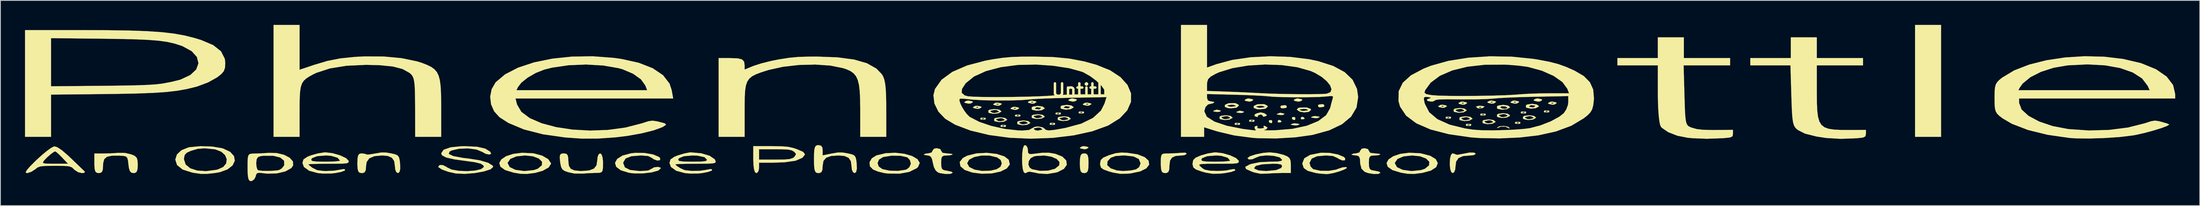
<source format=kicad_pcb>
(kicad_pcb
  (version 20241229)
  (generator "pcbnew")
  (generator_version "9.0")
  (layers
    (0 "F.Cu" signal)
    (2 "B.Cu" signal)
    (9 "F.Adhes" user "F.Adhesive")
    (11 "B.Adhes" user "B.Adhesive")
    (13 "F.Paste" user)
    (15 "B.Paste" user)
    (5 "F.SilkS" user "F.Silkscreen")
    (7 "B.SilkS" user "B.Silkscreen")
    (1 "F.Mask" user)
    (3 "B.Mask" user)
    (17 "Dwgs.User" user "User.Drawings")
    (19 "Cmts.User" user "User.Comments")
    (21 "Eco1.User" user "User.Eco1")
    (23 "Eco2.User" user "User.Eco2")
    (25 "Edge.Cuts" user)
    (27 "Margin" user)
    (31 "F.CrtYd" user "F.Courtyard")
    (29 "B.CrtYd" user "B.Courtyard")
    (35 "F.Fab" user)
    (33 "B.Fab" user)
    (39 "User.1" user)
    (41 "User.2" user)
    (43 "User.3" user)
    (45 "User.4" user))
  (footprint "Untitled"
    (layer "F.Cu")
    (at 129.827 8.006)
    (property "Reference" "Untitled" (at 0 0 0) (layer "F.SilkS") (effects (font (size 1.524 1.524) (thickness 0.3))))
    (attr through_hole)
    (fp_poly (pts (xy 104.069 5.715) (xy 100.894 5.715) (xy 100.894 -8.001) (xy 104.069 -8.001) (xy 104.069 5.715)) (stroke (width 0.01) (type solid)) (fill yes) (layer "F.SilkS"))
    (fp_poly (pts (xy 23.429 3.685) (xy 23.569 3.865) (xy 23.429 3.935) (xy 23.148 3.955) (xy 23.082 3.81) (xy 23.195 3.648) (xy 23.429 3.685)) (stroke (width 0.01) (type solid)) (fill yes) (layer "F.SilkS"))
    (fp_poly (pts (xy 26.252 3.304) (xy 26.391 3.484) (xy 26.252 3.554) (xy 25.97 3.574) (xy 25.904 3.429) (xy 26.018 3.267) (xy 26.252 3.304)) (stroke (width 0.01) (type solid)) (fill yes) (layer "F.SilkS"))
    (fp_poly (pts (xy 22.363 3.675) (xy 22.427 3.812) (xy 22.384 4.031) (xy 22.205 4.019) (xy 22.03 3.926) (xy 22.012 3.724) (xy 22.11 3.674) (xy 22.363 3.675)) (stroke (width 0.01) (type solid)) (fill yes) (layer "F.SilkS"))
    (fp_poly (pts (xy 25.186 3.294) (xy 25.249 3.431) (xy 25.206 3.65) (xy 25.027 3.638) (xy 24.852 3.545) (xy 24.834 3.343) (xy 24.932 3.293) (xy 25.186 3.294)) (stroke (width 0.01) (type solid)) (fill yes) (layer "F.SilkS"))
    (fp_poly (pts (xy -14.173 1.372) (xy -14.111 1.46) (xy -14.393 1.629) (xy -14.64 1.651) (xy -15.108 1.549) (xy -15.169 1.46) (xy -14.887 1.292) (xy -14.64 1.27) (xy -14.173 1.372)) (stroke (width 0.01) (type solid)) (fill yes) (layer "F.SilkS"))
    (fp_poly (pts (xy -1.473 1.118) (xy -1.411 1.206) (xy -1.693 1.375) (xy -1.94 1.397) (xy -2.408 1.295) (xy -2.469 1.206) (xy -2.187 1.038) (xy -1.94 1.016) (xy -1.473 1.118)) (stroke (width 0.01) (type solid)) (fill yes) (layer "F.SilkS"))
    (fp_poly (pts (xy -0.061 6.96) (xy 0 7.048) (xy -0.282 7.217) (xy -0.529 7.239) (xy -0.997 7.137) (xy -1.058 7.048) (xy -0.776 6.88) (xy -0.529 6.858) (xy -0.061 6.96)) (stroke (width 0.01) (type solid)) (fill yes) (layer "F.SilkS"))
    (fp_poly (pts (xy 16.112 2.493) (xy 16.16 2.53) (xy 15.99 2.646) (xy 15.699 2.667) (xy 15.26 2.603) (xy 15.237 2.53) (xy 15.601 2.399) (xy 15.699 2.394) (xy 16.112 2.493)) (stroke (width 0.01) (type solid)) (fill yes) (layer "F.SilkS"))
    (fp_poly (pts (xy 18.934 2.62) (xy 18.982 2.657) (xy 18.812 2.773) (xy 18.521 2.794) (xy 18.082 2.73) (xy 18.059 2.657) (xy 18.423 2.526) (xy 18.521 2.521) (xy 18.934 2.62)) (stroke (width 0.01) (type solid)) (fill yes) (layer "F.SilkS"))
    (fp_poly (pts (xy 20.047 1.118) (xy 20.108 1.206) (xy 19.826 1.375) (xy 19.579 1.397) (xy 19.111 1.295) (xy 19.05 1.206) (xy 19.332 1.038) (xy 19.579 1.016) (xy 20.047 1.118)) (stroke (width 0.01) (type solid)) (fill yes) (layer "F.SilkS"))
    (fp_poly (pts (xy 23.873 2.874) (xy 23.921 2.911) (xy 23.751 3.027) (xy 23.46 3.048) (xy 23.021 2.984) (xy 22.998 2.911) (xy 23.362 2.78) (xy 23.46 2.775) (xy 23.873 2.874)) (stroke (width 0.01) (type solid)) (fill yes) (layer "F.SilkS"))
    (fp_poly (pts (xy 24.165 1.905) (xy 24.191 2.116) (xy 24.069 2.181) (xy 23.636 2.227) (xy 23.46 2.159) (xy 23.434 1.948) (xy 23.556 1.883) (xy 23.989 1.837) (xy 24.165 1.905)) (stroke (width 0.01) (type solid)) (fill yes) (layer "F.SilkS"))
    (fp_poly (pts (xy 25.693 4.133) (xy 25.753 4.191) (xy 25.467 4.304) (xy 25.224 4.318) (xy 24.754 4.249) (xy 24.694 4.191) (xy 24.98 4.078) (xy 25.224 4.064) (xy 25.693 4.133)) (stroke (width 0.01) (type solid)) (fill yes) (layer "F.SilkS"))
    (fp_poly (pts (xy 26.044 1.118) (xy 26.106 1.206) (xy 25.823 1.375) (xy 25.576 1.397) (xy 25.109 1.295) (xy 25.047 1.206) (xy 25.33 1.038) (xy 25.576 1.016) (xy 26.044 1.118)) (stroke (width 0.01) (type solid)) (fill yes) (layer "F.SilkS"))
    (fp_poly (pts (xy 28.163 3.244) (xy 28.222 3.302) (xy 27.936 3.415) (xy 27.693 3.429) (xy 27.224 3.36) (xy 27.164 3.302) (xy 27.45 3.189) (xy 27.693 3.175) (xy 28.163 3.244)) (stroke (width 0.01) (type solid)) (fill yes) (layer "F.SilkS"))
    (fp_poly (pts (xy 28.751 1.778) (xy 28.777 1.989) (xy 28.655 2.054) (xy 28.222 2.1) (xy 28.046 2.032) (xy 28.02 1.821) (xy 28.143 1.756) (xy 28.575 1.71) (xy 28.751 1.778)) (stroke (width 0.01) (type solid)) (fill yes) (layer "F.SilkS"))
    (fp_poly (pts (xy 55.325 1.118) (xy 55.386 1.206) (xy 55.104 1.375) (xy 54.857 1.397) (xy 54.389 1.295) (xy 54.328 1.206) (xy 54.61 1.038) (xy 54.857 1.016) (xy 55.325 1.118)) (stroke (width 0.01) (type solid)) (fill yes) (layer "F.SilkS"))
    (fp_poly (pts (xy 51.235 4.484) (xy 51.377 4.606) (xy 51.377 4.732) (xy 51.267 4.638) (xy 50.866 4.471) (xy 50.317 4.471) (xy 49.998 4.604) (xy 49.891 4.653) (xy 49.889 4.572) (xy 50.177 4.415) (xy 50.734 4.388) (xy 51.235 4.484)) (stroke (width 0.01) (type solid)) (fill yes) (layer "F.SilkS"))
    (fp_poly (pts (xy -13.114 2.007) (xy -13.053 2.095) (xy -13.335 2.264) (xy -13.582 2.286) (xy -14.05 2.184) (xy -14.111 2.095) (xy -13.758 2.095) (xy -13.582 2.159) (xy -13.406 2.095) (xy -13.582 2.032) (xy -13.758 2.095) (xy -14.111 2.095) (xy -13.829 1.927) (xy -13.582 1.905) (xy -13.114 2.007)) (stroke (width 0.01) (type solid)) (fill yes) (layer "F.SilkS"))
    (fp_poly (pts (xy -10.645 1.626) (xy -10.583 1.714) (xy -10.866 1.883) (xy -11.113 1.905) (xy -11.58 1.803) (xy -11.642 1.714) (xy -11.289 1.714) (xy -11.113 1.778) (xy -10.936 1.714) (xy -11.113 1.651) (xy -11.289 1.714) (xy -11.642 1.714) (xy -11.359 1.546) (xy -11.113 1.524) (xy -10.645 1.626)) (stroke (width 0.01) (type solid)) (fill yes) (layer "F.SilkS"))
    (fp_poly (pts (xy -8.528 2.134) (xy -8.467 2.223) (xy -8.749 2.391) (xy -8.996 2.413) (xy -9.464 2.311) (xy -9.525 2.223) (xy -9.172 2.223) (xy -8.996 2.286) (xy -8.819 2.223) (xy -8.996 2.159) (xy -9.172 2.223) (xy -9.525 2.223) (xy -9.243 2.054) (xy -8.996 2.032) (xy -8.528 2.134)) (stroke (width 0.01) (type solid)) (fill yes) (layer "F.SilkS"))
    (fp_poly (pts (xy -6.411 1.372) (xy -6.35 1.46) (xy -6.632 1.629) (xy -6.879 1.651) (xy -7.347 1.549) (xy -7.408 1.46) (xy -7.056 1.46) (xy -6.879 1.524) (xy -6.703 1.46) (xy -6.879 1.397) (xy -7.056 1.46) (xy -7.408 1.46) (xy -7.126 1.292) (xy -6.879 1.27) (xy -6.411 1.372)) (stroke (width 0.01) (type solid)) (fill yes) (layer "F.SilkS"))
    (fp_poly (pts (xy 0.291 1.626) (xy 0.353 1.714) (xy 0.07 1.883) (xy -0.176 1.905) (xy -0.644 1.803) (xy -0.706 1.714) (xy -0.353 1.714) (xy -0.176 1.778) (xy 0 1.714) (xy -0.176 1.651) (xy -0.353 1.714) (xy -0.706 1.714) (xy -0.423 1.546) (xy -0.176 1.524) (xy 0.291 1.626)) (stroke (width 0.01) (type solid)) (fill yes) (layer "F.SilkS"))
    (fp_poly (pts (xy 43.683 1.88) (xy 43.744 1.968) (xy 43.462 2.137) (xy 43.215 2.159) (xy 42.748 2.057) (xy 42.686 1.968) (xy 43.039 1.968) (xy 43.215 2.032) (xy 43.392 1.968) (xy 43.215 1.905) (xy 43.039 1.968) (xy 42.686 1.968) (xy 42.968 1.8) (xy 43.215 1.778) (xy 43.683 1.88)) (stroke (width 0.01) (type solid)) (fill yes) (layer "F.SilkS"))
    (fp_poly (pts (xy 46.152 1.499) (xy 46.214 1.587) (xy 45.932 1.756) (xy 45.685 1.778) (xy 45.217 1.676) (xy 45.156 1.587) (xy 45.508 1.587) (xy 45.685 1.651) (xy 45.861 1.587) (xy 45.685 1.524) (xy 45.508 1.587) (xy 45.156 1.587) (xy 45.438 1.419) (xy 45.685 1.397) (xy 46.152 1.499)) (stroke (width 0.01) (type solid)) (fill yes) (layer "F.SilkS"))
    (fp_poly (pts (xy 49.68 1.372) (xy 49.742 1.46) (xy 49.459 1.629) (xy 49.212 1.651) (xy 48.745 1.549) (xy 48.683 1.46) (xy 49.036 1.46) (xy 49.212 1.524) (xy 49.389 1.46) (xy 49.212 1.397) (xy 49.036 1.46) (xy 48.683 1.46) (xy 48.966 1.292) (xy 49.212 1.27) (xy 49.68 1.372)) (stroke (width 0.01) (type solid)) (fill yes) (layer "F.SilkS"))
    (fp_poly (pts (xy 52.502 1.372) (xy 52.564 1.46) (xy 52.282 1.629) (xy 52.035 1.651) (xy 51.567 1.549) (xy 51.506 1.46) (xy 51.858 1.46) (xy 52.035 1.524) (xy 52.211 1.46) (xy 52.035 1.397) (xy 51.858 1.46) (xy 51.506 1.46) (xy 51.788 1.292) (xy 52.035 1.27) (xy 52.502 1.372)) (stroke (width 0.01) (type solid)) (fill yes) (layer "F.SilkS"))
    (fp_poly (pts (xy 57.089 1.499) (xy 57.15 1.587) (xy 56.868 1.756) (xy 56.621 1.778) (xy 56.153 1.676) (xy 56.092 1.587) (xy 56.444 1.587) (xy 56.621 1.651) (xy 56.797 1.587) (xy 56.621 1.524) (xy 56.444 1.587) (xy 56.092 1.587) (xy 56.374 1.419) (xy 56.621 1.397) (xy 57.089 1.499)) (stroke (width 0.01) (type solid)) (fill yes) (layer "F.SilkS"))
    (fp_poly (pts (xy -12.622 3.385) (xy -12.542 3.418) (xy -12.577 3.584) (xy -12.67 3.613) (xy -13.131 3.6) (xy -13.211 3.567) (xy -13.195 3.493) (xy -13.053 3.493) (xy -12.876 3.556) (xy -12.7 3.493) (xy -12.876 3.429) (xy -13.053 3.493) (xy -13.195 3.493) (xy -13.175 3.401) (xy -13.083 3.372) (xy -12.622 3.385)) (stroke (width 0.01) (type solid)) (fill yes) (layer "F.SilkS"))
    (fp_poly (pts (xy -10.152 4.274) (xy -10.073 4.307) (xy -10.108 4.473) (xy -10.2 4.502) (xy -10.662 4.489) (xy -10.741 4.456) (xy -10.725 4.381) (xy -10.583 4.381) (xy -10.407 4.445) (xy -10.231 4.381) (xy -10.407 4.318) (xy -10.583 4.381) (xy -10.725 4.381) (xy -10.706 4.29) (xy -10.613 4.261) (xy -10.152 4.274)) (stroke (width 0.01) (type solid)) (fill yes) (layer "F.SilkS"))
    (fp_poly (pts (xy -8.388 3.004) (xy -8.309 3.037) (xy -8.344 3.203) (xy -8.437 3.232) (xy -8.898 3.219) (xy -8.977 3.186) (xy -8.961 3.111) (xy -8.819 3.111) (xy -8.643 3.175) (xy -8.467 3.111) (xy -8.643 3.048) (xy -8.819 3.111) (xy -8.961 3.111) (xy -8.942 3.02) (xy -8.85 2.991) (xy -8.388 3.004)) (stroke (width 0.01) (type solid)) (fill yes) (layer "F.SilkS"))
    (fp_poly (pts (xy -4.155 4.02) (xy -4.076 4.053) (xy -4.111 4.219) (xy -4.203 4.248) (xy -4.664 4.235) (xy -4.744 4.202) (xy -4.728 4.128) (xy -4.586 4.128) (xy -4.41 4.191) (xy -4.233 4.128) (xy -4.41 4.064) (xy -4.586 4.128) (xy -4.728 4.128) (xy -4.709 4.036) (xy -4.616 4.007) (xy -4.155 4.02)) (stroke (width 0.01) (type solid)) (fill yes) (layer "F.SilkS"))
    (fp_poly (pts (xy -3.449 2.75) (xy -3.37 2.783) (xy -3.405 2.949) (xy -3.498 2.978) (xy -3.959 2.965) (xy -4.038 2.932) (xy -4.023 2.857) (xy -3.881 2.857) (xy -3.704 2.921) (xy -3.528 2.857) (xy -3.704 2.794) (xy -3.881 2.857) (xy -4.023 2.857) (xy -4.003 2.766) (xy -3.911 2.737) (xy -3.449 2.75)) (stroke (width 0.01) (type solid)) (fill yes) (layer "F.SilkS"))
    (fp_poly (pts (xy -0.627 2.623) (xy -0.548 2.656) (xy -0.583 2.822) (xy -0.675 2.851) (xy -1.137 2.838) (xy -1.216 2.805) (xy -1.2 2.731) (xy -1.058 2.731) (xy -0.882 2.794) (xy -0.706 2.731) (xy -0.882 2.667) (xy -1.058 2.731) (xy -1.2 2.731) (xy -1.181 2.639) (xy -1.088 2.61) (xy -0.627 2.623)) (stroke (width 0.01) (type solid)) (fill yes) (layer "F.SilkS"))
    (fp_poly (pts (xy 18.423 4.02) (xy 18.502 4.053) (xy 18.467 4.219) (xy 18.375 4.248) (xy 17.913 4.235) (xy 17.834 4.202) (xy 17.85 4.128) (xy 17.992 4.128) (xy 18.168 4.191) (xy 18.344 4.128) (xy 18.168 4.064) (xy 17.992 4.128) (xy 17.85 4.128) (xy 17.869 4.036) (xy 17.962 4.007) (xy 18.423 4.02)) (stroke (width 0.01) (type solid)) (fill yes) (layer "F.SilkS"))
    (fp_poly (pts (xy 20.187 3.639) (xy 20.266 3.672) (xy 20.231 3.838) (xy 20.138 3.867) (xy 19.677 3.854) (xy 19.598 3.821) (xy 19.614 3.747) (xy 19.756 3.747) (xy 19.932 3.81) (xy 20.108 3.747) (xy 19.932 3.683) (xy 19.756 3.747) (xy 19.614 3.747) (xy 19.633 3.655) (xy 19.725 3.626) (xy 20.187 3.639)) (stroke (width 0.01) (type solid)) (fill yes) (layer "F.SilkS"))
    (fp_poly (pts (xy 44.176 3.258) (xy 44.255 3.291) (xy 44.22 3.457) (xy 44.127 3.486) (xy 43.666 3.473) (xy 43.587 3.44) (xy 43.602 3.365) (xy 43.744 3.365) (xy 43.921 3.429) (xy 44.097 3.365) (xy 43.921 3.302) (xy 43.744 3.365) (xy 43.602 3.365) (xy 43.622 3.274) (xy 43.714 3.245) (xy 44.176 3.258)) (stroke (width 0.01) (type solid)) (fill yes) (layer "F.SilkS"))
    (fp_poly (pts (xy 46.645 4.147) (xy 46.724 4.18) (xy 46.689 4.346) (xy 46.597 4.375) (xy 46.136 4.362) (xy 46.056 4.329) (xy 46.072 4.255) (xy 46.214 4.255) (xy 46.39 4.318) (xy 46.567 4.255) (xy 46.39 4.191) (xy 46.214 4.255) (xy 46.072 4.255) (xy 46.091 4.163) (xy 46.184 4.134) (xy 46.645 4.147)) (stroke (width 0.01) (type solid)) (fill yes) (layer "F.SilkS"))
    (fp_poly (pts (xy 48.271 1.97) (xy 48.331 2.025) (xy 48.097 2.19) (xy 47.645 2.23) (xy 47.498 2.198) (xy 47.379 2.095) (xy 47.625 2.095) (xy 47.801 2.159) (xy 47.978 2.095) (xy 47.801 2.032) (xy 47.625 2.095) (xy 47.379 2.095) (xy 47.283 2.014) (xy 47.661 1.909) (xy 47.801 1.905) (xy 48.271 1.97)) (stroke (width 0.01) (type solid)) (fill yes) (layer "F.SilkS"))
    (fp_poly (pts (xy 48.409 2.877) (xy 48.488 2.91) (xy 48.453 3.076) (xy 48.361 3.105) (xy 47.899 3.092) (xy 47.82 3.059) (xy 47.836 2.985) (xy 47.978 2.985) (xy 48.154 3.048) (xy 48.331 2.985) (xy 48.154 2.921) (xy 47.978 2.985) (xy 47.836 2.985) (xy 47.855 2.893) (xy 47.948 2.864) (xy 48.409 2.877)) (stroke (width 0.01) (type solid)) (fill yes) (layer "F.SilkS"))
    (fp_poly (pts (xy 52.642 3.893) (xy 52.722 3.926) (xy 52.686 4.092) (xy 52.594 4.121) (xy 52.133 4.108) (xy 52.053 4.075) (xy 52.069 4) (xy 52.211 4) (xy 52.388 4.064) (xy 52.564 4) (xy 52.388 3.937) (xy 52.211 4) (xy 52.069 4) (xy 52.089 3.909) (xy 52.181 3.88) (xy 52.642 3.893)) (stroke (width 0.01) (type solid)) (fill yes) (layer "F.SilkS"))
    (fp_poly (pts (xy 53.348 2.623) (xy 53.427 2.656) (xy 53.392 2.822) (xy 53.3 2.851) (xy 52.838 2.838) (xy 52.759 2.805) (xy 52.775 2.731) (xy 52.917 2.731) (xy 53.093 2.794) (xy 53.269 2.731) (xy 53.093 2.667) (xy 52.917 2.731) (xy 52.775 2.731) (xy 52.794 2.639) (xy 52.887 2.61) (xy 53.348 2.623)) (stroke (width 0.01) (type solid)) (fill yes) (layer "F.SilkS"))
    (fp_poly (pts (xy 56.17 2.496) (xy 56.249 2.529) (xy 56.214 2.695) (xy 56.122 2.724) (xy 55.661 2.711) (xy 55.581 2.678) (xy 55.597 2.603) (xy 55.739 2.603) (xy 55.915 2.667) (xy 56.092 2.603) (xy 55.915 2.54) (xy 55.739 2.603) (xy 55.597 2.603) (xy 55.616 2.512) (xy 55.709 2.483) (xy 56.17 2.496)) (stroke (width 0.01) (type solid)) (fill yes) (layer "F.SilkS"))
    (fp_poly (pts (xy 21.418 2.815) (xy 21.517 2.857) (xy 21.786 3.075) (xy 21.608 3.194) (xy 21.31 3.251) (xy 21.288 3.157) (xy 21.134 3.001) (xy 20.99 2.985) (xy 20.695 3.083) (xy 20.686 3.143) (xy 20.635 3.293) (xy 20.347 3.209) (xy 20.264 3.163) (xy 20.285 2.972) (xy 20.538 2.839) (xy 21.007 2.721) (xy 21.418 2.815)) (stroke (width 0.01) (type solid)) (fill yes) (layer "F.SilkS"))
    (fp_poly (pts (xy -0.277 7.79) (xy -0.117 7.948) (xy -0.032 8.263) (xy -0.001 8.779) (xy 0 8.954) (xy -0.019 9.529) (xy -0.088 9.893) (xy -0.226 10.088) (xy -0.452 10.157) (xy -0.529 10.16) (xy -0.781 10.117) (xy -0.941 9.959) (xy -1.027 9.644) (xy -1.057 9.128) (xy -1.058 8.954) (xy -1.039 8.378) (xy -0.97 8.014) (xy -0.832 7.819) (xy -0.606 7.75) (xy -0.529 7.747) (xy -0.277 7.79)) (stroke (width 0.01) (type solid)) (fill yes) (layer "F.SilkS"))
    (fp_poly (pts (xy 27.111 2.292) (xy 27.164 2.41) (xy 26.907 2.644) (xy 26.327 2.723) (xy 25.796 2.632) (xy 25.462 2.413) (xy 25.753 2.413) (xy 26.039 2.526) (xy 26.282 2.54) (xy 26.751 2.471) (xy 26.811 2.413) (xy 26.525 2.3) (xy 26.282 2.286) (xy 25.812 2.355) (xy 25.753 2.413) (xy 25.462 2.413) (xy 25.425 2.389) (xy 25.592 2.184) (xy 25.841 2.128) (xy 26.636 2.118) (xy 27.111 2.292)) (stroke (width 0.01) (type solid)) (fill yes) (layer "F.SilkS"))
    (fp_poly (pts (xy -10.886 2.392) (xy -10.637 2.592) (xy -10.65 2.633) (xy -11.014 2.836) (xy -11.611 2.895) (xy -12.131 2.791) (xy -12.219 2.731) (xy -12.221 2.603) (xy -11.994 2.603) (xy -11.712 2.772) (xy -11.465 2.794) (xy -10.998 2.692) (xy -10.936 2.603) (xy -11.218 2.435) (xy -11.465 2.413) (xy -11.933 2.515) (xy -11.994 2.603) (xy -12.221 2.603) (xy -12.223 2.483) (xy -12.065 2.388) (xy -11.465 2.306) (xy -10.886 2.392)) (stroke (width 0.01) (type solid)) (fill yes) (layer "F.SilkS"))
    (fp_poly (pts (xy -10.18 3.408) (xy -9.931 3.608) (xy -9.944 3.649) (xy -10.308 3.852) (xy -10.906 3.911) (xy -11.426 3.807) (xy -11.513 3.747) (xy -11.515 3.619) (xy -11.289 3.619) (xy -11.007 3.788) (xy -10.76 3.81) (xy -10.292 3.708) (xy -10.231 3.619) (xy -10.513 3.451) (xy -10.76 3.429) (xy -11.227 3.531) (xy -11.289 3.619) (xy -11.515 3.619) (xy -11.517 3.499) (xy -11.359 3.404) (xy -10.759 3.322) (xy -10.18 3.408)) (stroke (width 0.01) (type solid)) (fill yes) (layer "F.SilkS"))
    (fp_poly (pts (xy -7.358 3.789) (xy -7.109 3.989) (xy -7.122 4.03) (xy -7.486 4.233) (xy -8.084 4.292) (xy -8.604 4.188) (xy -8.691 4.128) (xy -8.693 4) (xy -8.467 4) (xy -8.184 4.169) (xy -7.938 4.191) (xy -7.47 4.089) (xy -7.408 4) (xy -7.691 3.832) (xy -7.938 3.81) (xy -8.405 3.912) (xy -8.467 4) (xy -8.693 4) (xy -8.695 3.88) (xy -8.537 3.785) (xy -7.937 3.703) (xy -7.358 3.789)) (stroke (width 0.01) (type solid)) (fill yes) (layer "F.SilkS"))
    (fp_poly (pts (xy -5.594 2.011) (xy -5.345 2.211) (xy -5.358 2.252) (xy -5.722 2.455) (xy -6.32 2.514) (xy -6.84 2.41) (xy -6.927 2.35) (xy -6.929 2.256) (xy -6.555 2.256) (xy -6.508 2.297) (xy -6.079 2.36) (xy -5.967 2.343) (xy -5.792 2.189) (xy -5.839 2.148) (xy -6.268 2.085) (xy -6.38 2.102) (xy -6.555 2.256) (xy -6.929 2.256) (xy -6.931 2.102) (xy -6.773 2.007) (xy -6.173 1.925) (xy -5.594 2.011)) (stroke (width 0.01) (type solid)) (fill yes) (layer "F.SilkS"))
    (fp_poly (pts (xy -5.594 3.027) (xy -5.345 3.227) (xy -5.358 3.268) (xy -5.722 3.471) (xy -6.32 3.53) (xy -6.84 3.426) (xy -6.927 3.366) (xy -6.929 3.239) (xy -6.703 3.239) (xy -6.42 3.407) (xy -6.174 3.429) (xy -5.706 3.327) (xy -5.644 3.239) (xy -5.927 3.07) (xy -6.174 3.048) (xy -6.641 3.15) (xy -6.703 3.239) (xy -6.929 3.239) (xy -6.931 3.118) (xy -6.773 3.023) (xy -6.173 2.941) (xy -5.594 3.027)) (stroke (width 0.01) (type solid)) (fill yes) (layer "F.SilkS"))
    (fp_poly (pts (xy -2.419 3.281) (xy -2.17 3.481) (xy -2.183 3.522) (xy -2.547 3.725) (xy -3.145 3.784) (xy -3.665 3.68) (xy -3.752 3.62) (xy -3.754 3.493) (xy -3.528 3.493) (xy -3.245 3.661) (xy -2.999 3.683) (xy -2.531 3.581) (xy -2.469 3.493) (xy -2.752 3.324) (xy -2.999 3.302) (xy -3.466 3.404) (xy -3.528 3.493) (xy -3.754 3.493) (xy -3.756 3.372) (xy -3.598 3.277) (xy -2.998 3.195) (xy -2.419 3.281)) (stroke (width 0.01) (type solid)) (fill yes) (layer "F.SilkS"))
    (fp_poly (pts (xy -2.066 1.884) (xy -1.817 2.084) (xy -1.83 2.125) (xy -2.194 2.328) (xy -2.792 2.387) (xy -3.312 2.283) (xy -3.399 2.223) (xy -3.401 2.129) (xy -3.027 2.129) (xy -2.98 2.17) (xy -2.552 2.233) (xy -2.439 2.216) (xy -2.265 2.062) (xy -2.312 2.021) (xy -2.74 1.958) (xy -2.852 1.975) (xy -3.027 2.129) (xy -3.401 2.129) (xy -3.403 1.975) (xy -3.246 1.88) (xy -2.645 1.798) (xy -2.066 1.884)) (stroke (width 0.01) (type solid)) (fill yes) (layer "F.SilkS"))
    (fp_poly (pts (xy 17.337 3.154) (xy 17.586 3.354) (xy 17.573 3.395) (xy 17.209 3.598) (xy 16.611 3.657) (xy 16.091 3.553) (xy 16.003 3.493) (xy 16.001 3.365) (xy 16.228 3.365) (xy 16.51 3.534) (xy 16.757 3.556) (xy 17.225 3.454) (xy 17.286 3.365) (xy 17.004 3.197) (xy 16.757 3.175) (xy 16.289 3.277) (xy 16.228 3.365) (xy 16.001 3.365) (xy 15.999 3.245) (xy 16.157 3.15) (xy 16.758 3.068) (xy 17.337 3.154)) (stroke (width 0.01) (type solid)) (fill yes) (layer "F.SilkS"))
    (fp_poly (pts (xy 18.31 1.776) (xy 18.344 1.899) (xy 18.068 2.142) (xy 17.377 2.22) (xy 17.022 2.193) (xy 16.635 2.038) (xy 16.642 1.905) (xy 16.933 1.905) (xy 17.219 2.018) (xy 17.462 2.032) (xy 17.932 1.963) (xy 17.992 1.905) (xy 17.706 1.792) (xy 17.462 1.778) (xy 16.993 1.847) (xy 16.933 1.905) (xy 16.642 1.905) (xy 16.647 1.805) (xy 17.033 1.619) (xy 17.142 1.601) (xy 17.915 1.583) (xy 18.31 1.776)) (stroke (width 0.01) (type solid)) (fill yes) (layer "F.SilkS"))
    (fp_poly (pts (xy 21.838 1.903) (xy 21.872 2.026) (xy 21.595 2.269) (xy 20.905 2.347) (xy 20.549 2.32) (xy 20.163 2.165) (xy 20.17 2.032) (xy 20.461 2.032) (xy 20.747 2.145) (xy 20.99 2.159) (xy 21.46 2.09) (xy 21.519 2.032) (xy 21.234 1.919) (xy 20.99 1.905) (xy 20.521 1.974) (xy 20.461 2.032) (xy 20.17 2.032) (xy 20.175 1.932) (xy 20.561 1.746) (xy 20.669 1.728) (xy 21.443 1.71) (xy 21.838 1.903)) (stroke (width 0.01) (type solid)) (fill yes) (layer "F.SilkS"))
    (fp_poly (pts (xy 45.912 2.265) (xy 46.161 2.465) (xy 46.148 2.506) (xy 45.784 2.709) (xy 45.186 2.768) (xy 44.666 2.664) (xy 44.578 2.604) (xy 44.576 2.477) (xy 44.803 2.477) (xy 45.085 2.645) (xy 45.332 2.667) (xy 45.8 2.565) (xy 45.861 2.477) (xy 45.579 2.308) (xy 45.332 2.286) (xy 44.864 2.388) (xy 44.803 2.477) (xy 44.576 2.477) (xy 44.574 2.356) (xy 44.732 2.261) (xy 45.333 2.179) (xy 45.912 2.265)) (stroke (width 0.01) (type solid)) (fill yes) (layer "F.SilkS"))
    (fp_poly (pts (xy 46.617 3.281) (xy 46.866 3.481) (xy 46.853 3.522) (xy 46.489 3.725) (xy 45.891 3.784) (xy 45.371 3.68) (xy 45.284 3.62) (xy 45.282 3.493) (xy 45.508 3.493) (xy 45.791 3.661) (xy 46.038 3.683) (xy 46.505 3.581) (xy 46.567 3.493) (xy 46.284 3.324) (xy 46.038 3.302) (xy 45.57 3.404) (xy 45.508 3.493) (xy 45.282 3.493) (xy 45.28 3.372) (xy 45.438 3.277) (xy 46.038 3.195) (xy 46.617 3.281)) (stroke (width 0.01) (type solid)) (fill yes) (layer "F.SilkS"))
    (fp_poly (pts (xy 49.439 3.662) (xy 49.688 3.862) (xy 49.675 3.903) (xy 49.311 4.106) (xy 48.714 4.165) (xy 48.194 4.061) (xy 48.106 4.001) (xy 48.104 3.873) (xy 48.331 3.873) (xy 48.613 4.042) (xy 48.86 4.064) (xy 49.327 3.962) (xy 49.389 3.873) (xy 49.107 3.705) (xy 48.86 3.683) (xy 48.392 3.785) (xy 48.331 3.873) (xy 48.104 3.873) (xy 48.102 3.753) (xy 48.26 3.658) (xy 48.86 3.576) (xy 49.439 3.662)) (stroke (width 0.01) (type solid)) (fill yes) (layer "F.SilkS"))
    (fp_poly (pts (xy 51.203 1.884) (xy 51.452 2.084) (xy 51.439 2.125) (xy 51.075 2.328) (xy 50.477 2.387) (xy 49.958 2.283) (xy 49.87 2.223) (xy 49.868 2.118) (xy 50.244 2.118) (xy 50.526 2.256) (xy 50.821 2.286) (xy 51.146 2.201) (xy 51.153 2.18) (xy 50.923 1.996) (xy 50.445 1.971) (xy 50.392 1.981) (xy 50.244 2.118) (xy 49.868 2.118) (xy 49.866 1.975) (xy 50.024 1.88) (xy 50.624 1.798) (xy 51.203 1.884)) (stroke (width 0.01) (type solid)) (fill yes) (layer "F.SilkS"))
    (fp_poly (pts (xy 51.203 2.9) (xy 51.452 3.1) (xy 51.439 3.141) (xy 51.075 3.344) (xy 50.477 3.403) (xy 49.958 3.299) (xy 49.87 3.239) (xy 49.868 3.111) (xy 50.094 3.111) (xy 50.377 3.28) (xy 50.624 3.302) (xy 51.091 3.2) (xy 51.153 3.111) (xy 50.87 2.943) (xy 50.624 2.921) (xy 50.156 3.023) (xy 50.094 3.111) (xy 49.868 3.111) (xy 49.866 2.991) (xy 50.024 2.896) (xy 50.624 2.814) (xy 51.203 2.9)) (stroke (width 0.01) (type solid)) (fill yes) (layer "F.SilkS"))
    (fp_poly (pts (xy 54.378 3.154) (xy 54.627 3.354) (xy 54.614 3.395) (xy 54.25 3.598) (xy 53.652 3.657) (xy 53.133 3.553) (xy 53.045 3.493) (xy 53.043 3.365) (xy 53.269 3.365) (xy 53.552 3.534) (xy 53.799 3.556) (xy 54.266 3.454) (xy 54.328 3.365) (xy 54.045 3.197) (xy 53.799 3.175) (xy 53.331 3.277) (xy 53.269 3.365) (xy 53.043 3.365) (xy 53.041 3.245) (xy 53.199 3.15) (xy 53.799 3.068) (xy 54.378 3.154)) (stroke (width 0.01) (type solid)) (fill yes) (layer "F.SilkS"))
    (fp_poly (pts (xy 54.731 1.757) (xy 54.98 1.957) (xy 54.967 1.998) (xy 54.603 2.201) (xy 54.005 2.26) (xy 53.485 2.156) (xy 53.398 2.096) (xy 53.396 2.002) (xy 53.77 2.002) (xy 53.817 2.043) (xy 54.246 2.106) (xy 54.358 2.089) (xy 54.533 1.935) (xy 54.486 1.894) (xy 54.057 1.831) (xy 53.945 1.848) (xy 53.77 2.002) (xy 53.396 2.002) (xy 53.394 1.848) (xy 53.552 1.753) (xy 54.152 1.671) (xy 54.731 1.757)) (stroke (width 0.01) (type solid)) (fill yes) (layer "F.SilkS"))
    (fp_poly (pts (xy 47.088 7.654) (xy 47.272 7.811) (xy 46.98 7.967) (xy 46.592 8.001) (xy 45.728 8.075) (xy 45.168 8.317) (xy 44.873 8.753) (xy 44.803 9.28) (xy 44.756 9.733) (xy 44.63 10.045) (xy 44.45 10.16) (xy 44.284 10.04) (xy 44.164 9.705) (xy 44.103 9.194) (xy 44.097 8.954) (xy 44.132 8.384) (xy 44.23 7.976) (xy 44.38 7.766) (xy 44.45 7.747) (xy 44.789 7.845) (xy 44.803 7.881) (xy 45.04 7.918) (xy 45.587 7.818) (xy 46.494 7.647) (xy 47.088 7.654)) (stroke (width 0.01) (type solid)) (fill yes) (layer "F.SilkS"))
    (fp_poly (pts (xy 11.994 7.79) (xy 11.994 7.796) (xy 11.705 7.968) (xy 11.359 8.001) (xy 10.649 8.057) (xy 10.195 8.251) (xy 9.953 8.62) (xy 9.878 9.2) (xy 9.878 9.233) (xy 9.849 9.728) (xy 9.744 10.015) (xy 9.538 10.142) (xy 9.349 10.16) (xy 9.096 10.117) (xy 8.937 9.959) (xy 8.851 9.643) (xy 8.821 9.128) (xy 8.819 8.955) (xy 8.827 8.396) (xy 8.872 8.044) (xy 8.985 7.852) (xy 9.197 7.773) (xy 9.54 7.759) (xy 9.613 7.76) (xy 10.623 7.728) (xy 11.201 7.68) (xy 11.817 7.654) (xy 11.994 7.79)) (stroke (width 0.01) (type solid)) (fill yes) (layer "F.SilkS"))
    (fp_poly (pts (xy -11.225 7.811) (xy -10.261 8.121) (xy -9.739 8.53) (xy -9.608 9.098) (xy -9.975 9.589) (xy -10.736 9.968) (xy -11.788 10.196) (xy -13.028 10.239) (xy -14.171 10.098) (xy -15.115 9.775) (xy -15.639 9.319) (xy -15.699 8.954) (xy -14.817 8.954) (xy -14.565 9.415) (xy -13.906 9.74) (xy -12.988 9.899) (xy -11.958 9.862) (xy -11.228 9.696) (xy -10.752 9.395) (xy -10.584 8.975) (xy -10.728 8.548) (xy -11.167 8.233) (xy -12.086 8.016) (xy -13.062 8.011) (xy -13.945 8.188) (xy -14.581 8.517) (xy -14.817 8.954) (xy -15.699 8.954) (xy -15.723 8.806) (xy -15.342 8.312) (xy -14.789 8.02) (xy -13.663 7.742) (xy -12.416 7.679) (xy -11.225 7.811)) (stroke (width 0.01) (type solid)) (fill yes) (layer "F.SilkS"))
    (fp_poly (pts (xy 40.401 7.724) (xy 40.586 7.749) (xy 41.705 8.037) (xy 42.389 8.457) (xy 42.635 8.943) (xy 42.437 9.431) (xy 41.791 9.853) (xy 40.756 10.135) (xy 39.742 10.264) (xy 38.92 10.241) (xy 38.139 10.11) (xy 37.091 9.79) (xy 36.522 9.381) (xy 36.39 8.954) (xy 37.394 8.954) (xy 37.646 9.428) (xy 38.333 9.76) (xy 39.348 9.904) (xy 39.511 9.906) (xy 40.593 9.794) (xy 41.079 9.624) (xy 41.574 9.205) (xy 41.596 8.768) (xy 41.207 8.378) (xy 40.472 8.1) (xy 39.511 8.001) (xy 38.458 8.114) (xy 37.719 8.423) (xy 37.4 8.88) (xy 37.394 8.954) (xy 36.39 8.954) (xy 36.383 8.931) (xy 36.623 8.488) (xy 37.194 8.098) (xy 38.047 7.809) (xy 39.132 7.668) (xy 40.401 7.724)) (stroke (width 0.01) (type solid)) (fill yes) (layer "F.SilkS"))
    (fp_poly (pts (xy -67.874 7.728) (xy -67.69 7.753) (xy -66.695 8.024) (xy -65.956 8.453) (xy -65.622 8.949) (xy -65.617 9.019) (xy -65.902 9.465) (xy -66.627 9.877) (xy -67.547 10.135) (xy -68.56 10.264) (xy -69.382 10.241) (xy -70.164 10.11) (xy -71.217 9.789) (xy -71.788 9.379) (xy -71.919 8.954) (xy -70.908 8.954) (xy -70.656 9.428) (xy -69.97 9.76) (xy -68.955 9.904) (xy -68.792 9.906) (xy -67.71 9.794) (xy -67.224 9.624) (xy -66.729 9.205) (xy -66.707 8.768) (xy -67.096 8.378) (xy -67.831 8.1) (xy -68.792 8.001) (xy -69.845 8.114) (xy -70.584 8.423) (xy -70.903 8.88) (xy -70.908 8.954) (xy -71.919 8.954) (xy -71.927 8.929) (xy -71.683 8.486) (xy -71.106 8.097) (xy -70.245 7.81) (xy -69.152 7.671) (xy -67.874 7.728)) (stroke (width 0.01) (type solid)) (fill yes) (layer "F.SilkS"))
    (fp_poly (pts (xy -54.198 7.695) (xy -53.138 7.881) (xy -52.425 8.188) (xy -52.275 8.363) (xy -52.331 8.587) (xy -52.654 8.618) (xy -53.073 8.465) (xy -53.269 8.319) (xy -53.74 8.074) (xy -54.58 8.001) (xy -54.647 8.001) (xy -55.803 8.091) (xy -56.51 8.367) (xy -56.79 8.841) (xy -56.797 8.954) (xy -56.596 9.465) (xy -55.974 9.777) (xy -54.904 9.902) (xy -54.622 9.906) (xy -53.755 9.847) (xy -53.372 9.652) (xy -53.035 9.46) (xy -52.57 9.4) (xy -52.244 9.492) (xy -52.211 9.569) (xy -52.525 9.851) (xy -53.321 10.071) (xy -54.383 10.197) (xy -55.491 10.199) (xy -56.085 10.127) (xy -57.094 9.816) (xy -57.66 9.386) (xy -57.801 8.9) (xy -57.534 8.421) (xy -56.88 8.013) (xy -55.857 7.738) (xy -55.369 7.682) (xy -54.198 7.695)) (stroke (width 0.01) (type solid)) (fill yes) (layer "F.SilkS"))
    (fp_poly (pts (xy -117.604 7.692) (xy -116.858 7.871) (xy -116.452 8.038) (xy -116.212 8.248) (xy -116.097 8.566) (xy -116.064 9.061) (xy -116.064 9.149) (xy -116.09 9.672) (xy -116.185 9.985) (xy -116.37 10.132) (xy -116.579 10.16) (xy -116.849 10.103) (xy -117.029 9.905) (xy -117.142 9.524) (xy -117.196 9.112) (xy -117.255 8.599) (xy -117.343 8.286) (xy -117.513 8.121) (xy -117.82 8.051) (xy -118.29 8.024) (xy -119.213 8.028) (xy -119.813 8.157) (xy -120.15 8.447) (xy -120.285 8.936) (xy -120.297 9.223) (xy -120.326 9.721) (xy -120.429 10.011) (xy -120.632 10.141) (xy -120.826 10.16) (xy -121.079 10.117) (xy -121.239 9.958) (xy -121.324 9.643) (xy -121.354 9.126) (xy -121.356 8.959) (xy -121.356 7.757) (xy -120.385 7.763) (xy -119.281 7.736) (xy -118.533 7.686) (xy -117.604 7.692)) (stroke (width 0.01) (type solid)) (fill yes) (layer "F.SilkS"))
    (fp_poly (pts (xy -37.512 6.873) (xy -36.686 6.938) (xy -36.035 7.084) (xy -35.603 7.229) (xy -34.829 7.566) (xy -34.609 7.869) (xy -34.884 8.234) (xy -34.964 8.299) (xy -35.767 8.645) (xy -37.116 8.84) (xy -38.646 8.89) (xy -40.217 8.89) (xy -40.217 9.525) (xy -40.28 9.887) (xy -40.442 10.117) (xy -40.569 10.16) (xy -40.72 10.037) (xy -40.833 9.687) (xy -40.902 9.136) (xy -40.922 8.509) (xy -40.922 7.239) (xy -40.217 7.239) (xy -40.217 8.509) (xy -38.269 8.509) (xy -37.119 8.496) (xy -36.462 8.438) (xy -36.084 8.306) (xy -35.919 8.191) (xy -35.697 7.836) (xy -35.919 7.556) (xy -36.233 7.372) (xy -36.71 7.277) (xy -37.563 7.242) (xy -38.269 7.239) (xy -40.217 7.239) (xy -40.922 7.239) (xy -40.922 6.858) (xy -38.778 6.858) (xy -37.512 6.873)) (stroke (width 0.01) (type solid)) (fill yes) (layer "F.SilkS"))
    (fp_poly (pts (xy -18.095 7.222) (xy -17.992 7.429) (xy -17.826 7.678) (xy -17.286 7.747) (xy -16.713 7.8) (xy -16.581 7.874) (xy -16.876 7.977) (xy -17.286 8.001) (xy -17.655 8.025) (xy -17.867 8.132) (xy -17.965 8.376) (xy -17.991 8.812) (xy -17.992 8.902) (xy -17.969 9.379) (xy -17.873 9.661) (xy -17.66 9.804) (xy -17.29 9.869) (xy -17.286 9.869) (xy -16.713 9.997) (xy -16.581 10.111) (xy -16.839 10.256) (xy -17.437 10.274) (xy -18.111 10.171) (xy -18.385 10.079) (xy -18.653 9.843) (xy -18.871 9.429) (xy -18.996 8.936) (xy -19.108 8.419) (xy -19.28 8.121) (xy -19.537 8.006) (xy -19.618 8.001) (xy -20.062 7.928) (xy -20.108 7.874) (xy -19.823 7.761) (xy -19.579 7.747) (xy -19.154 7.637) (xy -19.05 7.429) (xy -18.866 7.174) (xy -18.521 7.112) (xy -18.095 7.222)) (stroke (width 0.01) (type solid)) (fill yes) (layer "F.SilkS"))
    (fp_poly (pts (xy 29.458 7.691) (xy 30.459 7.885) (xy 31.169 8.185) (xy 31.334 8.363) (xy 31.296 8.59) (xy 30.998 8.612) (xy 30.571 8.435) (xy 30.403 8.319) (xy 29.835 8.067) (xy 28.979 8.001) (xy 27.896 8.096) (xy 27.239 8.385) (xy 26.991 8.876) (xy 26.988 8.954) (xy 27.099 9.341) (xy 27.377 9.645) (xy 27.472 9.696) (xy 28.289 9.876) (xy 29.307 9.887) (xy 30.214 9.738) (xy 30.467 9.638) (xy 31.02 9.456) (xy 31.456 9.426) (xy 31.548 9.532) (xy 31.217 9.725) (xy 30.622 9.95) (xy 29.919 10.15) (xy 29.267 10.27) (xy 29.043 10.283) (xy 28.205 10.22) (xy 27.693 10.14) (xy 26.771 9.888) (xy 26.274 9.544) (xy 26.108 9.038) (xy 26.106 8.953) (xy 26.342 8.349) (xy 27.058 7.929) (xy 28.267 7.686) (xy 28.439 7.668) (xy 29.458 7.691)) (stroke (width 0.01) (type solid)) (fill yes) (layer "F.SilkS"))
    (fp_poly (pts (xy 34.116 7.222) (xy 34.219 7.429) (xy 34.385 7.678) (xy 34.925 7.747) (xy 35.498 7.8) (xy 35.631 7.874) (xy 35.335 7.977) (xy 34.925 8.001) (xy 34.556 8.025) (xy 34.344 8.132) (xy 34.246 8.376) (xy 34.22 8.812) (xy 34.219 8.902) (xy 34.242 9.379) (xy 34.338 9.661) (xy 34.551 9.804) (xy 34.921 9.869) (xy 34.925 9.869) (xy 35.498 9.997) (xy 35.631 10.111) (xy 35.386 10.261) (xy 34.809 10.273) (xy 34.132 10.159) (xy 33.71 10.005) (xy 33.324 9.628) (xy 33.166 9.011) (xy 33.161 8.862) (xy 33.128 8.388) (xy 33.01 8.12) (xy 32.778 8.011) (xy 32.632 8.001) (xy 32.162 7.932) (xy 32.103 7.874) (xy 32.389 7.761) (xy 32.632 7.747) (xy 33.058 7.637) (xy 33.161 7.429) (xy 33.345 7.174) (xy 33.69 7.112) (xy 34.116 7.222)) (stroke (width 0.01) (type solid)) (fill yes) (layer "F.SilkS"))
    (fp_poly (pts (xy -59.452 7.867) (xy -59.333 8.202) (xy -59.272 8.711) (xy -59.267 8.94) (xy -59.275 9.496) (xy -59.322 9.845) (xy -59.438 10.037) (xy -59.656 10.118) (xy -60.007 10.136) (xy -60.06 10.136) (xy -61.046 10.172) (xy -61.752 10.223) (xy -62.768 10.213) (xy -63.511 10.055) (xy -63.951 9.899) (xy -64.226 9.701) (xy -64.387 9.396) (xy -64.484 8.917) (xy -64.503 8.775) (xy -64.55 8.26) (xy -64.515 7.949) (xy -64.379 7.794) (xy -64.12 7.748) (xy -64.067 7.747) (xy -63.768 7.789) (xy -63.594 7.947) (xy -63.515 8.271) (xy -63.5 8.674) (xy -63.437 9.258) (xy -63.211 9.631) (xy -62.771 9.833) (xy -62.063 9.904) (xy -61.867 9.906) (xy -60.962 9.839) (xy -60.375 9.617) (xy -60.061 9.21) (xy -59.972 8.627) (xy -59.925 8.174) (xy -59.799 7.862) (xy -59.619 7.747) (xy -59.452 7.867)) (stroke (width 0.01) (type solid)) (fill yes) (layer "F.SilkS"))
    (fp_poly (pts (xy -22.477 7.797) (xy -21.541 8.069) (xy -20.881 8.452) (xy -20.603 8.912) (xy -20.813 9.414) (xy -20.991 9.571) (xy -21.887 10.014) (xy -23.071 10.233) (xy -24.462 10.216) (xy -24.938 10.159) (xy -25.7 9.97) (xy -26.306 9.72) (xy -26.689 9.325) (xy -26.722 8.932) (xy -25.752 8.932) (xy -25.608 9.359) (xy -25.169 9.674) (xy -24.309 9.861) (xy -23.269 9.891) (xy -22.366 9.761) (xy -22.18 9.696) (xy -21.871 9.439) (xy -21.705 9.061) (xy -21.696 8.954) (xy -21.808 8.566) (xy -22.086 8.262) (xy -22.18 8.211) (xy -22.995 8.035) (xy -24.041 8.025) (xy -25.017 8.183) (xy -25.108 8.211) (xy -25.584 8.512) (xy -25.752 8.932) (xy -26.722 8.932) (xy -26.73 8.832) (xy -26.456 8.352) (xy -25.895 7.996) (xy -25.879 7.99) (xy -24.752 7.723) (xy -23.582 7.67) (xy -22.477 7.797)) (stroke (width 0.01) (type solid)) (fill yes) (layer "F.SilkS"))
    (fp_poly (pts (xy 88.9 -3.937) (xy 94.544 -3.937) (xy 94.544 -3.048) (xy 88.9 -3.048) (xy 88.902 0.286) (xy 88.911 1.489) (xy 88.951 2.463) (xy 89.042 3.231) (xy 89.206 3.817) (xy 89.462 4.246) (xy 89.831 4.542) (xy 90.334 4.729) (xy 90.992 4.831) (xy 91.826 4.872) (xy 92.83 4.876) (xy 94.897 4.866) (xy 94.897 5.338) (xy 94.832 5.656) (xy 94.518 5.811) (xy 93.795 5.89) (xy 91.798 5.963) (xy 90.046 5.857) (xy 88.887 5.683) (xy 87.464 5.325) (xy 86.607 4.889) (xy 86.402 4.725) (xy 86.239 4.54) (xy 86.112 4.304) (xy 86.015 3.985) (xy 85.943 3.552) (xy 85.889 2.975) (xy 85.847 2.222) (xy 85.812 1.262) (xy 85.794 0.667) (xy 85.686 -3.048) (xy 80.786 -3.048) (xy 80.786 -3.937) (xy 85.725 -3.937) (xy 85.725 -6.477) (xy 88.9 -6.477) (xy 88.9 -3.937)) (stroke (width 0.01) (type solid)) (fill yes) (layer "F.SilkS"))
    (fp_poly (pts (xy -85.748 7.642) (xy -85.112 7.751) (xy -84.641 7.86) (xy -84.346 7.993) (xy -84.178 8.212) (xy -84.088 8.573) (xy -84.036 9.053) (xy -84.022 9.638) (xy -84.105 10.013) (xy -84.279 10.159) (xy -84.3 10.16) (xy -84.5 10.042) (xy -84.629 9.72) (xy -84.667 9.326) (xy -84.754 8.693) (xy -85.038 8.279) (xy -85.551 8.058) (xy -86.212 8.001) (xy -87.167 8.084) (xy -87.793 8.346) (xy -88.122 8.81) (xy -88.194 9.313) (xy -88.228 9.783) (xy -88.349 10.047) (xy -88.587 10.152) (xy -88.724 10.16) (xy -88.976 10.117) (xy -89.135 9.959) (xy -89.221 9.644) (xy -89.252 9.128) (xy -89.253 8.954) (xy -89.234 8.378) (xy -89.165 8.014) (xy -89.026 7.819) (xy -88.8 7.75) (xy -88.724 7.747) (xy -88.254 7.812) (xy -88.194 7.868) (xy -87.933 7.894) (xy -87.288 7.802) (xy -87.14 7.773) (xy -86.35 7.637) (xy -85.748 7.642)) (stroke (width 0.01) (type solid)) (fill yes) (layer "F.SilkS"))
    (fp_poly (pts (xy 4.688 7.669) (xy 5.978 7.865) (xy 6.861 8.211) (xy 7.336 8.649) (xy 7.402 9.123) (xy 7.059 9.578) (xy 6.305 9.955) (xy 5.139 10.198) (xy 4.739 10.235) (xy 3.83 10.242) (xy 2.976 10.094) (xy 2.534 9.969) (xy 1.84 9.725) (xy 1.509 9.474) (xy 1.435 9.187) (xy 2.284 9.187) (xy 2.704 9.58) (xy 3.467 9.839) (xy 4.217 9.906) (xy 5.165 9.839) (xy 5.796 9.706) (xy 6.187 9.425) (xy 6.349 8.992) (xy 6.35 8.954) (xy 6.144 8.439) (xy 5.514 8.124) (xy 4.445 8.003) (xy 4.251 8.001) (xy 3.313 8.064) (xy 2.711 8.283) (xy 2.321 8.707) (xy 2.311 8.722) (xy 2.284 9.187) (xy 1.435 9.187) (xy 1.413 9.105) (xy 1.411 8.996) (xy 1.487 8.568) (xy 1.797 8.269) (xy 2.47 7.981) (xy 2.484 7.976) (xy 3.289 7.728) (xy 3.99 7.645) (xy 4.688 7.669)) (stroke (width 0.01) (type solid)) (fill yes) (layer "F.SilkS"))
    (fp_poly (pts (xy -106.985 6.908) (xy -105.754 7.115) (xy -105.658 7.144) (xy -104.783 7.556) (xy -104.309 8.081) (xy -104.216 8.655) (xy -104.485 9.216) (xy -105.097 9.702) (xy -106.032 10.048) (xy -106.581 10.146) (xy -107.616 10.257) (xy -108.359 10.258) (xy -109.164 10.142) (xy -109.445 10.088) (xy -110.578 9.726) (xy -111.263 9.179) (xy -111.478 8.509) (xy -111.471 8.486) (xy -110.419 8.486) (xy -110.215 9.113) (xy -109.65 9.575) (xy -108.795 9.853) (xy -107.723 9.923) (xy -106.506 9.766) (xy -106.285 9.714) (xy -105.626 9.414) (xy -105.268 8.974) (xy -105.196 8.467) (xy -105.396 7.965) (xy -105.856 7.541) (xy -106.56 7.267) (xy -106.757 7.233) (xy -107.88 7.125) (xy -108.724 7.185) (xy -109.554 7.424) (xy -110.065 7.653) (xy -110.328 7.926) (xy -110.416 8.333) (xy -110.419 8.486) (xy -111.471 8.486) (xy -111.28 7.875) (xy -110.73 7.36) (xy -109.892 7.023) (xy -109.733 6.989) (xy -108.423 6.861) (xy -106.985 6.908)) (stroke (width 0.01) (type solid)) (fill yes) (layer "F.SilkS"))
    (fp_poly (pts (xy -32.651 6.8) (xy -32.488 7.036) (xy -32.456 7.36) (xy -32.456 7.989) (xy -31.401 7.773) (xy -30.611 7.637) (xy -30.009 7.642) (xy -29.373 7.751) (xy -28.902 7.86) (xy -28.608 7.993) (xy -28.44 8.212) (xy -28.35 8.573) (xy -28.297 9.053) (xy -28.283 9.638) (xy -28.366 10.013) (xy -28.54 10.159) (xy -28.561 10.16) (xy -28.761 10.042) (xy -28.89 9.72) (xy -28.928 9.326) (xy -29.013 8.696) (xy -29.293 8.284) (xy -29.801 8.062) (xy -30.502 8.001) (xy -31.43 8.065) (xy -32.032 8.277) (xy -32.358 8.67) (xy -32.456 9.277) (xy -32.456 9.28) (xy -32.487 9.76) (xy -32.601 10.034) (xy -32.825 10.148) (xy -32.985 10.16) (xy -33.202 10.124) (xy -33.351 9.991) (xy -33.446 9.724) (xy -33.496 9.286) (xy -33.513 8.64) (xy -33.514 8.445) (xy -33.503 7.743) (xy -33.462 7.257) (xy -33.379 6.952) (xy -33.244 6.789) (xy -33.045 6.733) (xy -32.985 6.731) (xy -32.651 6.8)) (stroke (width 0.01) (type solid)) (fill yes) (layer "F.SilkS"))
    (fp_poly (pts (xy 72.672 -3.937) (xy 78.317 -3.937) (xy 78.317 -3.048) (xy 75.479 -3.048) (xy 72.642 -3.048) (xy 72.745 0.632) (xy 72.776 1.694) (xy 72.808 2.532) (xy 72.846 3.175) (xy 72.898 3.652) (xy 72.971 3.993) (xy 73.07 4.227) (xy 73.204 4.383) (xy 73.378 4.491) (xy 73.599 4.581) (xy 73.654 4.6) (xy 74.256 4.77) (xy 75.001 4.854) (xy 76.134 4.877) (xy 76.564 4.875) (xy 78.669 4.861) (xy 78.669 5.335) (xy 78.614 5.648) (xy 78.31 5.799) (xy 77.549 5.875) (xy 77.347 5.887) (xy 75.461 5.953) (xy 73.82 5.891) (xy 73.142 5.83) (xy 71.882 5.581) (xy 70.772 5.15) (xy 69.984 4.608) (xy 69.866 4.473) (xy 69.762 4.21) (xy 69.672 3.727) (xy 69.597 3.057) (xy 69.541 2.232) (xy 69.508 1.287) (xy 69.499 0.476) (xy 69.497 -3.048) (xy 64.558 -3.048) (xy 64.558 -3.937) (xy 69.497 -3.937) (xy 69.497 -6.477) (xy 72.672 -6.477) (xy 72.672 -3.937)) (stroke (width 0.01) (type solid)) (fill yes) (layer "F.SilkS"))
    (fp_poly (pts (xy -7.553 6.845) (xy -7.426 7.133) (xy -7.408 7.316) (xy -7.374 7.669) (xy -7.226 7.821) (xy -6.9 7.825) (xy -6.791 7.81) (xy -5.652 7.671) (xy -4.837 7.666) (xy -4.077 7.794) (xy -4.072 7.795) (xy -3.194 8.141) (xy -2.72 8.617) (xy -2.655 9.143) (xy -3.001 9.641) (xy -3.761 10.032) (xy -3.986 10.096) (xy -5.041 10.27) (xy -6.051 10.211) (xy -6.624 10.089) (xy -7.191 9.987) (xy -7.408 10.026) (xy -7.665 10.155) (xy -7.761 10.16) (xy -7.91 10.037) (xy -8.022 9.686) (xy -8.092 9.13) (xy -8.092 9.12) (xy -7.342 9.12) (xy -7.185 9.491) (xy -6.893 9.692) (xy -5.95 9.881) (xy -4.934 9.86) (xy -4.099 9.635) (xy -4.077 9.624) (xy -3.578 9.214) (xy -3.544 8.798) (xy -3.891 8.426) (xy -4.534 8.146) (xy -5.389 8.008) (xy -6.372 8.06) (xy -6.663 8.116) (xy -7.066 8.334) (xy -7.297 8.702) (xy -7.342 9.12) (xy -8.092 9.12) (xy -8.114 8.445) (xy -8.089 7.721) (xy -8.016 7.178) (xy -7.902 6.839) (xy -7.761 6.731) (xy -7.553 6.845)) (stroke (width 0.01) (type solid)) (fill yes) (layer "F.SilkS"))
    (fp_poly (pts (xy -125.884 6.99) (xy -125.356 7.337) (xy -124.659 7.929) (xy -124.214 8.347) (xy -123.61 8.93) (xy -123.089 9.434) (xy -122.704 9.807) (xy -122.508 9.996) (xy -122.503 10.001) (xy -122.63 10.139) (xy -122.878 10.16) (xy -123.341 10.049) (xy -123.77 9.771) (xy -123.825 9.716) (xy -124.095 9.461) (xy -124.442 9.328) (xy -125.077 9.279) (xy -126.163 9.271) (xy -127.284 9.28) (xy -127.922 9.335) (xy -128.301 9.477) (xy -128.61 9.716) (xy -129.06 10.003) (xy -129.522 10.154) (xy -129.61 10.16) (xy -129.739 10.081) (xy -129.626 9.833) (xy -129.259 9.396) (xy -128.774 8.903) (xy -127.645 8.903) (xy -127.409 8.989) (xy -126.704 9.015) (xy -126.179 9.017) (xy -124.577 9.017) (xy -125.292 8.255) (xy -125.681 7.862) (xy -125.991 7.586) (xy -126.146 7.493) (xy -126.361 7.6) (xy -126.711 7.866) (xy -127.102 8.21) (xy -127.44 8.553) (xy -127.578 8.724) (xy -127.645 8.903) (xy -128.774 8.903) (xy -128.623 8.75) (xy -128.406 8.541) (xy -127.755 7.946) (xy -127.147 7.443) (xy -126.641 7.079) (xy -126.296 6.898) (xy -126.24 6.886) (xy -125.884 6.99)) (stroke (width 0.01) (type solid)) (fill yes) (layer "F.SilkS"))
    (fp_poly (pts (xy -74.64 6.934) (xy -73.65 7.161) (xy -73.048 7.535) (xy -72.919 7.796) (xy -73.155 7.885) (xy -73.587 7.798) (xy -74.015 7.56) (xy -74.719 7.268) (xy -75.732 7.138) (xy -76.812 7.172) (xy -77.716 7.373) (xy -77.992 7.512) (xy -78.106 7.81) (xy -77.545 8.078) (xy -76.339 8.304) (xy -75.64 8.385) (xy -74.312 8.596) (xy -73.286 8.903) (xy -72.728 9.252) (xy -72.672 9.393) (xy -72.991 9.692) (xy -73.81 9.959) (xy -74.923 10.159) (xy -76.127 10.254) (xy -77.216 10.209) (xy -77.258 10.203) (xy -78.134 10.01) (xy -78.902 9.731) (xy -79.34 9.454) (xy -79.375 9.376) (xy -79.213 9.175) (xy -78.839 9.177) (xy -78.422 9.371) (xy -78.335 9.444) (xy -77.756 9.728) (xy -76.872 9.885) (xy -75.86 9.924) (xy -74.896 9.853) (xy -74.155 9.681) (xy -73.813 9.415) (xy -73.854 9.238) (xy -74.19 9.003) (xy -74.927 8.825) (xy -75.774 8.708) (xy -77.394 8.482) (xy -78.409 8.25) (xy -78.916 7.985) (xy -79.022 7.74) (xy -78.724 7.3) (xy -77.875 7.002) (xy -76.545 6.868) (xy -76.112 6.862) (xy -74.64 6.934)) (stroke (width 0.01) (type solid)) (fill yes) (layer "F.SilkS"))
    (fp_poly (pts (xy 22.944 7.707) (xy 23.793 7.919) (xy 23.829 7.932) (xy 24.282 8.124) (xy 24.543 8.344) (xy 24.664 8.665) (xy 24.694 9.161) (xy 24.694 9.197) (xy 24.694 10.15) (xy 23.724 10.144) (xy 22.592 10.174) (xy 21.805 10.226) (xy 20.99 10.242) (xy 20.247 10.088) (xy 19.953 9.989) (xy 19.234 9.666) (xy 19.187 9.54) (xy 20.211 9.54) (xy 20.265 9.63) (xy 20.779 9.845) (xy 21.68 9.908) (xy 22.77 9.808) (xy 22.954 9.775) (xy 23.505 9.545) (xy 23.636 9.33) (xy 23.534 9.114) (xy 23.089 9.029) (xy 22.469 9.017) (xy 21.219 9.084) (xy 20.433 9.268) (xy 20.211 9.54) (xy 19.187 9.54) (xy 19.134 9.397) (xy 19.646 9.117) (xy 19.866 9.039) (xy 20.921 8.82) (xy 22.16 8.763) (xy 23.122 8.741) (xy 23.555 8.658) (xy 23.636 8.534) (xy 23.345 8.237) (xy 22.631 8.049) (xy 21.735 7.99) (xy 20.896 8.082) (xy 20.461 8.255) (xy 19.991 8.464) (xy 19.579 8.492) (xy 19.403 8.328) (xy 19.7 8.101) (xy 20.426 7.865) (xy 21.338 7.683) (xy 22.112 7.62) (xy 22.944 7.707)) (stroke (width 0.01) (type solid)) (fill yes) (layer "F.SilkS"))
    (fp_poly (pts (xy -99.116 7.7) (xy -98.208 7.918) (xy -97.514 8.282) (xy -97.116 8.738) (xy -97.094 9.233) (xy -97.321 9.55) (xy -98.045 9.957) (xy -99.071 10.196) (xy -100.219 10.231) (xy -100.559 10.197) (xy -101.2 10.123) (xy -101.505 10.173) (xy -101.63 10.398) (xy -101.67 10.576) (xy -101.835 10.912) (xy -102.118 11.121) (xy -102.217 11.145) (xy -102.403 11.107) (xy -102.532 10.923) (xy -102.613 10.564) (xy -102.651 9.999) (xy -102.658 9.486) (xy -102.655 8.946) (xy -101.6 8.946) (xy -101.565 9.373) (xy -101.473 9.693) (xy -101.365 9.821) (xy -100.795 9.892) (xy -99.911 9.895) (xy -99.077 9.836) (xy -98.839 9.795) (xy -98.501 9.61) (xy -98.229 9.279) (xy -98.176 9.165) (xy -98.204 8.633) (xy -98.679 8.247) (xy -99.524 8.038) (xy -100.659 8.035) (xy -101.042 8.078) (xy -101.37 8.19) (xy -101.544 8.447) (xy -101.6 8.9) (xy -101.6 8.946) (xy -102.655 8.946) (xy -102.654 8.798) (xy -102.63 8.325) (xy -102.568 8.026) (xy -102.448 7.86) (xy -102.253 7.789) (xy -101.963 7.771) (xy -101.865 7.771) (xy -100.885 7.735) (xy -100.156 7.683) (xy -99.116 7.7)) (stroke (width 0.01) (type solid)) (fill yes) (layer "F.SilkS"))
    (fp_poly (pts (xy -96.308 -2.505) (xy -94.537 -3.102) (xy -92.896 -3.591) (xy -91.314 -3.902) (xy -89.515 -4.084) (xy -88.455 -4.14) (xy -86.073 -4.134) (xy -83.849 -3.924) (xy -81.947 -3.528) (xy -81.379 -3.346) (xy -80.753 -3.104) (xy -80.248 -2.856) (xy -79.851 -2.571) (xy -79.55 -2.221) (xy -79.331 -1.777) (xy -79.182 -1.208) (xy -79.09 -0.485) (xy -79.041 0.42) (xy -79.023 1.539) (xy -79.022 2.055) (xy -79.022 5.715) (xy -82.197 5.715) (xy -82.205 2.064) (xy -82.211 0.99) (xy -82.227 0.138) (xy -82.257 -0.522) (xy -82.309 -1.023) (xy -82.385 -1.397) (xy -82.492 -1.674) (xy -82.634 -1.886) (xy -82.817 -2.065) (xy -82.883 -2.119) (xy -83.735 -2.596) (xy -84.93 -2.906) (xy -86.574 -3.07) (xy -88.194 -3.107) (xy -90.558 -3) (xy -92.587 -2.673) (xy -94.243 -2.134) (xy -94.638 -1.945) (xy -95.131 -1.675) (xy -95.516 -1.421) (xy -95.807 -1.146) (xy -96.016 -0.815) (xy -96.158 -0.394) (xy -96.244 0.153) (xy -96.289 0.861) (xy -96.306 1.765) (xy -96.308 2.485) (xy -96.308 5.715) (xy -99.483 5.715) (xy -99.483 -8.001) (xy -96.308 -8.001) (xy -96.308 -2.505)) (stroke (width 0.01) (type solid)) (fill yes) (layer "F.SilkS"))
    (fp_poly (pts (xy -47.278 7.736) (xy -46.247 8.042) (xy -45.621 8.476) (xy -45.508 8.769) (xy -45.579 8.899) (xy -45.892 8.974) (xy -46.597 9.008) (xy -47.845 9.017) (xy -47.978 9.017) (xy -49.195 9.026) (xy -50.077 9.051) (xy -50.445 9.086) (xy -50.447 9.089) (xy -50.256 9.292) (xy -49.823 9.563) (xy -49.357 9.776) (xy -49.248 9.809) (xy -48.444 9.895) (xy -47.46 9.881) (xy -46.698 9.773) (xy -46.643 9.756) (xy -46.162 9.671) (xy -45.976 9.695) (xy -45.966 9.841) (xy -46.435 10.017) (xy -47.199 10.165) (xy -47.625 10.21) (xy -48.624 10.218) (xy -49.263 10.164) (xy -50.328 9.874) (xy -50.976 9.407) (xy -51.153 8.915) (xy -51.042 8.534) (xy -50.094 8.534) (xy -49.976 8.673) (xy -49.511 8.742) (xy -48.534 8.763) (xy -48.331 8.763) (xy -47.261 8.748) (xy -46.729 8.687) (xy -46.569 8.561) (xy -46.567 8.534) (xy -46.869 8.212) (xy -47.697 8.029) (xy -48.331 8.001) (xy -49.398 8.092) (xy -50.002 8.343) (xy -50.094 8.534) (xy -51.042 8.534) (xy -51.028 8.486) (xy -50.551 8.162) (xy -50.122 7.991) (xy -49.346 7.756) (xy -48.684 7.628) (xy -48.551 7.62) (xy -47.278 7.736)) (stroke (width 0.01) (type solid)) (fill yes) (layer "F.SilkS"))
    (fp_poly (pts (xy -92.271 7.725) (xy -91.371 7.987) (xy -90.648 8.325) (xy -90.315 8.657) (xy -90.311 8.69) (xy -90.344 8.861) (xy -90.547 8.958) (xy -91.072 9.004) (xy -92.074 9.016) (xy -92.781 9.017) (xy -93.998 9.026) (xy -94.88 9.05) (xy -95.248 9.084) (xy -95.25 9.087) (xy -95.103 9.237) (xy -94.747 9.507) (xy -94.712 9.531) (xy -94.149 9.806) (xy -93.36 9.902) (xy -93.018 9.906) (xy -92.089 9.863) (xy -91.453 9.758) (xy -91.446 9.756) (xy -90.965 9.671) (xy -90.779 9.695) (xy -90.769 9.841) (xy -91.238 10.017) (xy -92.002 10.165) (xy -92.428 10.21) (xy -93.427 10.218) (xy -94.066 10.164) (xy -95.131 9.874) (xy -95.779 9.407) (xy -95.956 8.915) (xy -95.845 8.534) (xy -94.897 8.534) (xy -94.779 8.673) (xy -94.314 8.742) (xy -93.336 8.763) (xy -93.133 8.763) (xy -92.085 8.738) (xy -91.464 8.674) (xy -91.369 8.628) (xy -91.674 8.276) (xy -92.447 8.047) (xy -93.075 8.001) (xy -94.176 8.089) (xy -94.796 8.334) (xy -94.897 8.534) (xy -95.845 8.534) (xy -95.831 8.486) (xy -95.354 8.162) (xy -94.924 7.991) (xy -94.089 7.754) (xy -93.297 7.627) (xy -93.133 7.62) (xy -92.271 7.725)) (stroke (width 0.01) (type solid)) (fill yes) (layer "F.SilkS"))
    (fp_poly (pts (xy 16.385 7.725) (xy 17.284 7.987) (xy 18.008 8.325) (xy 18.341 8.657) (xy 18.344 8.69) (xy 18.312 8.86) (xy 18.111 8.958) (xy 17.59 9.003) (xy 16.595 9.016) (xy 15.851 9.017) (xy 14.558 9.021) (xy 13.834 9.045) (xy 13.539 9.106) (xy 13.538 9.223) (xy 13.601 9.303) (xy 13.945 9.6) (xy 14.197 9.747) (xy 14.831 9.866) (xy 15.788 9.901) (xy 16.724 9.851) (xy 17.21 9.756) (xy 17.691 9.671) (xy 17.877 9.695) (xy 17.897 9.843) (xy 17.417 10.019) (xy 16.608 10.171) (xy 16.023 10.232) (xy 15.127 10.242) (xy 14.288 10.1) (xy 13.823 9.969) (xy 13.129 9.725) (xy 12.798 9.474) (xy 12.702 9.105) (xy 12.7 8.996) (xy 12.777 8.565) (xy 12.809 8.534) (xy 13.758 8.534) (xy 13.877 8.673) (xy 14.342 8.742) (xy 15.319 8.763) (xy 15.522 8.763) (xy 16.571 8.738) (xy 17.192 8.674) (xy 17.286 8.628) (xy 16.981 8.276) (xy 16.208 8.047) (xy 15.58 8.001) (xy 14.48 8.089) (xy 13.86 8.334) (xy 13.758 8.534) (xy 12.809 8.534) (xy 13.09 8.266) (xy 13.731 7.991) (xy 14.567 7.754) (xy 15.359 7.627) (xy 15.522 7.62) (xy 16.385 7.725)) (stroke (width 0.01) (type solid)) (fill yes) (layer "F.SilkS"))
    (fp_poly (pts (xy -30.642 -4.027) (xy -28.618 -3.758) (xy -27.049 -3.302) (xy -25.894 -2.647) (xy -25.239 -1.969) (xy -25.063 -1.669) (xy -24.928 -1.292) (xy -24.827 -0.804) (xy -24.758 -0.175) (xy -24.716 0.628) (xy -24.697 1.637) (xy -24.694 2.249) (xy -24.694 5.715) (xy -27.869 5.715) (xy -27.869 2.309) (xy -27.882 1.11) (xy -27.928 0.135) (xy -28.019 -0.642) (xy -28.168 -1.251) (xy -28.386 -1.72) (xy -28.685 -2.078) (xy -29.077 -2.354) (xy -29.574 -2.575) (xy -29.977 -2.708) (xy -31.514 -3.017) (xy -33.359 -3.144) (xy -35.343 -3.094) (xy -37.296 -2.871) (xy -39.049 -2.48) (xy -39.156 -2.448) (xy -39.95 -2.195) (xy -40.58 -1.959) (xy -41.064 -1.708) (xy -41.421 -1.409) (xy -41.671 -1.029) (xy -41.833 -0.537) (xy -41.926 0.101) (xy -41.968 0.917) (xy -41.98 1.944) (xy -41.981 2.344) (xy -41.981 5.715) (xy -45.156 5.715) (xy -45.156 -3.937) (xy -43.782 -3.937) (xy -42.836 -3.904) (xy -42.289 -3.771) (xy -42.038 -3.487) (xy -41.981 -3.033) (xy -41.981 -2.531) (xy -40.898 -2.975) (xy -39.964 -3.28) (xy -38.705 -3.594) (xy -37.811 -3.773) (xy -36.547 -3.972) (xy -35.398 -4.079) (xy -34.039 -4.118) (xy -33.161 -4.12) (xy -30.642 -4.027)) (stroke (width 0.01) (type solid)) (fill yes) (layer "F.SilkS"))
    (fp_poly (pts (xy -119.869 -7.354) (xy -117.156 -7.314) (xy -114.944 -7.236) (xy -113.133 -7.112) (xy -111.621 -6.935) (xy -110.307 -6.697) (xy -109.091 -6.387) (xy -108.329 -6.153) (xy -106.855 -5.527) (xy -105.897 -4.764) (xy -105.432 -3.843) (xy -105.377 -3.332) (xy -105.411 -2.758) (xy -105.555 -2.338) (xy -105.867 -1.971) (xy -106.401 -1.559) (xy -107.474 -0.959) (xy -108.759 -0.473) (xy -108.939 -0.421) (xy -110.041 -0.15) (xy -111.194 0.059) (xy -112.516 0.215) (xy -114.125 0.327) (xy -116.137 0.403) (xy -118.671 0.454) (xy -120.385 0.475) (xy -126.647 0.54) (xy -126.647 5.715) (xy -129.822 5.715) (xy -129.822 -0.479) (xy -126.647 -0.479) (xy -120.562 -0.534) (xy -118.119 -0.562) (xy -116.268 -0.598) (xy -114.898 -0.646) (xy -113.895 -0.711) (xy -113.147 -0.797) (xy -113.07 -0.808) (xy -111.954 -1.018) (xy -110.976 -1.259) (xy -110.819 -1.308) (xy -109.643 -1.859) (xy -108.92 -2.544) (xy -108.651 -3.3) (xy -108.836 -4.067) (xy -109.476 -4.783) (xy -110.572 -5.385) (xy -110.767 -5.459) (xy -111.584 -5.721) (xy -112.464 -5.921) (xy -113.52 -6.068) (xy -114.866 -6.173) (xy -116.614 -6.244) (xy -118.879 -6.292) (xy -120.738 -6.315) (xy -126.647 -6.379) (xy -126.647 -0.479) (xy -129.822 -0.479) (xy -129.822 -7.366) (xy -123.184 -7.366) (xy -119.869 -7.354)) (stroke (width 0.01) (type solid)) (fill yes) (layer "F.SilkS"))
    (fp_poly (pts (xy -57.929 -3.959) (xy -57.033 -3.833) (xy -54.899 -3.358) (xy -53.195 -2.689) (xy -51.939 -1.836) (xy -51.149 -0.812) (xy -50.89 -0.032) (xy -50.701 1.016) (xy -69.948 1.016) (xy -69.762 1.754) (xy -69.236 2.654) (xy -68.204 3.425) (xy -66.757 4.054) (xy -64.989 4.527) (xy -62.991 4.83) (xy -60.855 4.95) (xy -58.674 4.872) (xy -56.54 4.583) (xy -54.546 4.069) (xy -54.454 4.038) (xy -53.737 3.808) (xy -53.263 3.735) (xy -52.771 3.798) (xy -52.425 3.876) (xy -51.717 4.068) (xy -51.568 4.234) (xy -51.922 4.475) (xy -52.05 4.542) (xy -53.071 4.919) (xy -54.559 5.289) (xy -56.285 5.6) (xy -57.724 5.777) (xy -59.897 5.93) (xy -61.827 5.936) (xy -63.849 5.798) (xy -63.878 5.795) (xy -66.594 5.406) (xy -68.917 4.809) (xy -70.807 4.018) (xy -71.908 3.308) (xy -72.554 2.594) (xy -72.934 1.727) (xy -73.039 0.792) (xy -72.884 0) (xy -69.832 0) (xy -53.879 0) (xy -54.1 -0.581) (xy -54.64 -1.334) (xy -55.602 -2.019) (xy -56.866 -2.56) (xy -57.351 -2.698) (xy -59.252 -3.029) (xy -61.356 -3.148) (xy -63.495 -3.058) (xy -65.499 -2.761) (xy -66.439 -2.525) (xy -67.472 -2.115) (xy -68.451 -1.551) (xy -69.229 -0.929) (xy -69.63 -0.413) (xy -69.832 0) (xy -72.884 0) (xy -72.859 -0.127) (xy -72.386 -0.946) (xy -72.364 -0.973) (xy -71.214 -1.948) (xy -69.626 -2.766) (xy -67.682 -3.41) (xy -65.46 -3.866) (xy -63.041 -4.12) (xy -60.504 -4.156) (xy -57.929 -3.959)) (stroke (width 0.01) (type solid)) (fill yes) (layer "F.SilkS"))
    (fp_poly (pts (xy 123.984 -4.104) (xy 126.284 -3.83) (xy 128.409 -3.331) (xy 128.547 -3.288) (xy 130.313 -2.563) (xy 131.605 -1.667) (xy 132.392 -0.63) (xy 132.644 0.468) (xy 132.644 1.016) (xy 113.594 1.016) (xy 113.594 1.565) (xy 113.901 2.373) (xy 114.754 3.151) (xy 116.049 3.844) (xy 117.686 4.398) (xy 119.562 4.759) (xy 119.651 4.77) (xy 122.122 4.939) (xy 124.577 4.87) (xy 126.887 4.575) (xy 128.92 4.062) (xy 128.998 4.036) (xy 129.711 3.804) (xy 130.17 3.729) (xy 130.63 3.793) (xy 131.015 3.891) (xy 131.645 4.077) (xy 131.927 4.199) (xy 131.928 4.202) (xy 131.674 4.374) (xy 130.985 4.636) (xy 130.021 4.937) (xy 128.94 5.231) (xy 127.902 5.468) (xy 127.519 5.538) (xy 125.988 5.727) (xy 124.128 5.858) (xy 122.214 5.921) (xy 120.521 5.904) (xy 119.768 5.856) (xy 117.078 5.469) (xy 114.686 4.878) (xy 112.717 4.119) (xy 111.571 3.445) (xy 111.181 3.145) (xy 110.912 2.878) (xy 110.741 2.586) (xy 110.646 2.214) (xy 110.605 1.705) (xy 110.596 1.002) (xy 110.596 0.953) (xy 110.605 0.232) (xy 110.623 0) (xy 113.506 0) (xy 129.531 0) (xy 129.289 -0.54) (xy 128.604 -1.444) (xy 127.472 -2.172) (xy 125.948 -2.711) (xy 124.09 -3.047) (xy 121.951 -3.164) (xy 119.588 -3.05) (xy 119.479 -3.039) (xy 117.797 -2.748) (xy 116.262 -2.251) (xy 114.976 -1.595) (xy 114.041 -0.827) (xy 113.719 -0.383) (xy 113.506 0) (xy 110.623 0) (xy 110.646 -0.292) (xy 110.74 -0.677) (xy 110.91 -0.979) (xy 111.176 -1.257) (xy 111.534 -1.546) (xy 112.999 -2.427) (xy 114.828 -3.138) (xy 116.931 -3.67) (xy 119.217 -4.015) (xy 121.598 -4.163) (xy 123.984 -4.104)) (stroke (width 0.01) (type solid)) (fill yes) (layer "F.SilkS"))
    (fp_poly (pts (xy 51.663 -4.11) (xy 54.29 -3.841) (xy 54.827 -3.754) (xy 56.235 -3.487) (xy 57.319 -3.209) (xy 58.317 -2.847) (xy 59.337 -2.391) (xy 60.452 -1.736) (xy 61.2 -0.979) (xy 61.605 -0.078) (xy 61.695 1.007) (xy 61.681 1.213) (xy 61.605 1.863) (xy 61.48 2.338) (xy 61.264 2.716) (xy 60.914 3.075) (xy 60.458 3.44) (xy 58.931 4.358) (xy 57.039 5.06) (xy 54.887 5.535) (xy 52.645 5.795) (xy 50.157 5.908) (xy 47.732 5.863) (xy 46.662 5.781) (xy 43.968 5.39) (xy 41.748 4.814) (xy 40.011 4.056) (xy 38.768 3.121) (xy 38.028 2.014) (xy 37.838 1.327) (xy 37.842 1.084) (xy 40.931 1.084) (xy 41.006 1.475) (xy 41.055 1.667) (xy 41.586 2.703) (xy 42.594 3.556) (xy 44.076 4.223) (xy 45.95 4.688) (xy 46.922 4.835) (xy 47.922 4.908) (xy 49.213 4.922) (xy 50.109 4.909) (xy 51.63 4.856) (xy 52.981 4.764) (xy 53.866 4.656) (xy 55.156 4.317) (xy 56.426 3.818) (xy 57.48 3.246) (xy 58.013 2.82) (xy 58.326 2.351) (xy 58.525 1.791) (xy 58.561 1.482) (xy 58.561 0.723) (xy 54.592 0.801) (xy 52.864 0.845) (xy 51.284 0.905) (xy 50.055 0.973) (xy 49.473 1.024) (xy 48.543 1.089) (xy 47.158 1.126) (xy 45.562 1.127) (xy 45.328 1.124) (xy 43.772 1.112) (xy 42.824 1.133) (xy 42.388 1.191) (xy 42.333 1.238) (xy 42.049 1.379) (xy 41.804 1.397) (xy 41.365 1.309) (xy 41.312 1.129) (xy 41.678 0.989) (xy 41.698 0.986) (xy 41.8 0.913) (xy 41.47 0.846) (xy 41.139 0.818) (xy 40.968 0.881) (xy 40.931 1.084) (xy 37.842 1.084) (xy 37.858 0.315) (xy 41.007 0.315) (xy 41.248 0.485) (xy 41.868 0.603) (xy 42.664 0.662) (xy 43.984 0.696) (xy 45.649 0.707) (xy 47.48 0.696) (xy 49.299 0.664) (xy 50.927 0.614) (xy 52.186 0.546) (xy 52.562 0.513) (xy 53.568 0.444) (xy 54.955 0.396) (xy 56.225 0.381) (xy 58.657 0.381) (xy 58.441 -0.185) (xy 57.85 -0.995) (xy 56.776 -1.752) (xy 55.336 -2.393) (xy 53.648 -2.852) (xy 53.537 -2.873) (xy 52.561 -3.003) (xy 51.294 -3.109) (xy 50.789 -3.136) (xy 48.396 -3.123) (xy 46.255 -2.882) (xy 44.407 -2.426) (xy 42.895 -1.768) (xy 41.761 -0.921) (xy 41.091 0.004) (xy 41.007 0.315) (xy 37.858 0.315) (xy 37.862 0.124) (xy 38.361 -0.916) (xy 39.365 -1.827) (xy 40.908 -2.645) (xy 41.831 -3.007) (xy 43.933 -3.595) (xy 46.357 -3.98) (xy 48.976 -4.154) (xy 51.663 -4.11)) (stroke (width 0.01) (type solid)) (fill yes) (layer "F.SilkS"))
    (fp_poly (pts (xy -4.317 -4.061) (xy -2.337 -3.873) (xy -0.518 -3.523) (xy 0.955 -3.114) (xy 2.635 -2.437) (xy 3.905 -1.597) (xy 4.758 -0.64) (xy 5.185 0.388) (xy 5.176 1.441) (xy 4.724 2.474) (xy 3.821 3.441) (xy 2.457 4.295) (xy 2.336 4.353) (xy 0.468 5.033) (xy -1.813 5.535) (xy -4.375 5.844) (xy -7.088 5.942) (xy -9.619 5.831) (xy -12.135 5.492) (xy -14.404 4.945) (xy -16.283 4.23) (xy -17.499 3.499) (xy -18.324 2.63) (xy -18.813 1.633) (xy -18.863 1.205) (xy -15.768 1.205) (xy -15.681 1.545) (xy -15.479 1.989) (xy -15.198 2.464) (xy -14.878 2.901) (xy -14.557 3.228) (xy -14.494 3.276) (xy -13.361 3.874) (xy -11.877 4.379) (xy -10.217 4.748) (xy -8.553 4.934) (xy -8.067 4.948) (xy -7.25 4.873) (xy -7.061 4.763) (xy -6.703 4.763) (xy -6.42 4.931) (xy -6.174 4.953) (xy -5.706 4.851) (xy -5.644 4.763) (xy -5.927 4.594) (xy -6.174 4.572) (xy -6.641 4.674) (xy -6.703 4.763) (xy -7.061 4.763) (xy -6.953 4.699) (xy -6.553 4.492) (xy -6.174 4.445) (xy -5.612 4.552) (xy -5.394 4.699) (xy -5.187 4.877) (xy -4.82 4.934) (xy -4.154 4.866) (xy -3.053 4.668) (xy -2.796 4.618) (xy -0.892 4.104) (xy 0.543 3.401) (xy 1.509 2.509) (xy 1.942 1.663) (xy 2.199 0.849) (xy -1.996 0.925) (xy -3.744 0.966) (xy -5.319 1.021) (xy -6.536 1.082) (xy -7.176 1.135) (xy -8.217 1.216) (xy -9.696 1.259) (xy -11.356 1.262) (xy -12.936 1.228) (xy -14.18 1.155) (xy -14.429 1.128) (xy -15.228 1.046) (xy -15.682 1.034) (xy -15.701 1.038) (xy -15.768 1.205) (xy -18.863 1.205) (xy -18.933 0.611) (xy -18.86 0.322) (xy -15.485 0.322) (xy -15.121 0.634) (xy -14.728 0.744) (xy -14.032 0.8) (xy -12.806 0.832) (xy -11.223 0.842) (xy -9.454 0.83) (xy -7.673 0.798) (xy -6.05 0.749) (xy -4.758 0.684) (xy -4.236 0.64) (xy -3.251 0.573) (xy -1.865 0.526) (xy -0.412 0.508) (xy 2.179 0.508) (xy 1.94 -0.032) (xy 1.567 -0.566) (xy 0.944 -1.164) (xy 0.186 -1.73) (xy -0.59 -2.171) (xy -0.814 -2.266) (xy -2.349 -2.694) (xy -4.337 -2.999) (xy -6.4 -3.143) (xy -8.646 -3.096) (xy -10.716 -2.821) (xy -12.521 -2.342) (xy -13.971 -1.683) (xy -14.977 -0.868) (xy -15.005 -0.835) (xy -15.445 -0.161) (xy -15.485 0.322) (xy -18.86 0.322) (xy -18.74 -0.155) (xy -17.936 -1.285) (xy -16.624 -2.246) (xy -14.82 -3.031) (xy -12.535 -3.634) (xy -11.694 -3.788) (xy -10.51 -3.965) (xy -9.402 -4.066) (xy -8.093 -4.111) (xy -6.703 -4.118) (xy -4.317 -4.061)) (stroke (width 0.01) (type solid)) (fill yes) (layer "F.SilkS"))
    (fp_poly (pts (xy 14.464 -2.774) (xy 15.606 -3.186) (xy 17.532 -3.708) (xy 19.774 -4.034) (xy 22.186 -4.16) (xy 24.621 -4.081) (xy 26.931 -3.793) (xy 28.027 -3.561) (xy 29.872 -2.969) (xy 31.269 -2.212) (xy 32.232 -1.279) (xy 32.774 -0.156) (xy 32.913 0.831) (xy 32.712 2.124) (xy 32.052 3.24) (xy 30.941 4.173) (xy 29.387 4.917) (xy 27.396 5.466) (xy 27.262 5.493) (xy 25.234 5.776) (xy 22.949 5.913) (xy 20.727 5.889) (xy 20.009 5.838) (xy 17.806 5.548) (xy 15.809 5.077) (xy 15.351 4.937) (xy 14.111 4.546) (xy 14.111 5.715) (xy 11.289 5.715) (xy 11.289 2.592) (xy 14.136 2.592) (xy 14.439 3.256) (xy 15.377 3.854) (xy 16.887 4.363) (xy 18.909 4.761) (xy 20.397 4.942) (xy 20.399 4.851) (xy 20.294 4.71) (xy 20.274 4.476) (xy 20.443 4.386) (xy 20.659 4.4) (xy 20.596 4.502) (xy 20.638 4.667) (xy 20.99 4.699) (xy 21.422 4.628) (xy 21.385 4.502) (xy 21.36 4.371) (xy 21.523 4.382) (xy 21.853 4.575) (xy 21.703 4.798) (xy 21.431 4.879) (xy 21.492 4.912) (xy 22.111 4.92) (xy 22.834 4.908) (xy 24.887 4.74) (xy 26.644 4.358) (xy 28.04 3.789) (xy 29.012 3.059) (xy 29.497 2.193) (xy 29.501 2.173) (xy 29.618 1.689) (xy 29.74 1.242) (xy 29.798 1.054) (xy 29.848 0.783) (xy 29.646 0.706) (xy 29.108 0.762) (xy 28.227 0.826) (xy 26.891 0.862) (xy 25.343 0.871) (xy 23.829 0.853) (xy 22.593 0.807) (xy 22.015 0.757) (xy 21.29 0.697) (xy 20.071 0.633) (xy 18.567 0.577) (xy 17.81 0.555) (xy 14.464 0.471) (xy 14.464 0.934) (xy 14.571 1.266) (xy 14.886 1.366) (xy 14.905 1.365) (xy 15.308 1.431) (xy 15.346 1.492) (xy 15.134 1.633) (xy 15.007 1.642) (xy 14.583 1.747) (xy 14.281 2.062) (xy 14.139 2.54) (xy 14.136 2.592) (xy 11.289 2.592) (xy 11.289 -0.697) (xy 14.464 -0.697) (xy 14.464 0.093) (xy 16.845 0.175) (xy 18.416 0.237) (xy 20.012 0.311) (xy 20.99 0.366) (xy 22.242 0.422) (xy 23.787 0.463) (xy 25.431 0.487) (xy 26.98 0.491) (xy 28.241 0.476) (xy 29.019 0.438) (xy 29.075 0.431) (xy 29.53 0.244) (xy 29.659 -0.108) (xy 29.501 -0.572) (xy 29.092 -1.095) (xy 28.47 -1.624) (xy 27.671 -2.106) (xy 27.124 -2.35) (xy 25.483 -2.817) (xy 23.569 -3.082) (xy 21.519 -3.148) (xy 19.472 -3.021) (xy 17.565 -2.703) (xy 15.937 -2.199) (xy 15.517 -2.009) (xy 14.901 -1.662) (xy 14.582 -1.334) (xy 14.471 -0.912) (xy 14.464 -0.697) (xy 11.289 -0.697) (xy 11.289 -8.001) (xy 14.464 -8.001) (xy 14.464 -2.774)) (stroke (width 0.01) (type solid)) (fill yes) (layer "F.SilkS")))
  (gr_rect
    (start -3 -3)
    (end 265.477 22.156)
    (stroke (width 0.1) (type default))
    (fill no)
    (layer "Edge.Cuts")))
</source>
